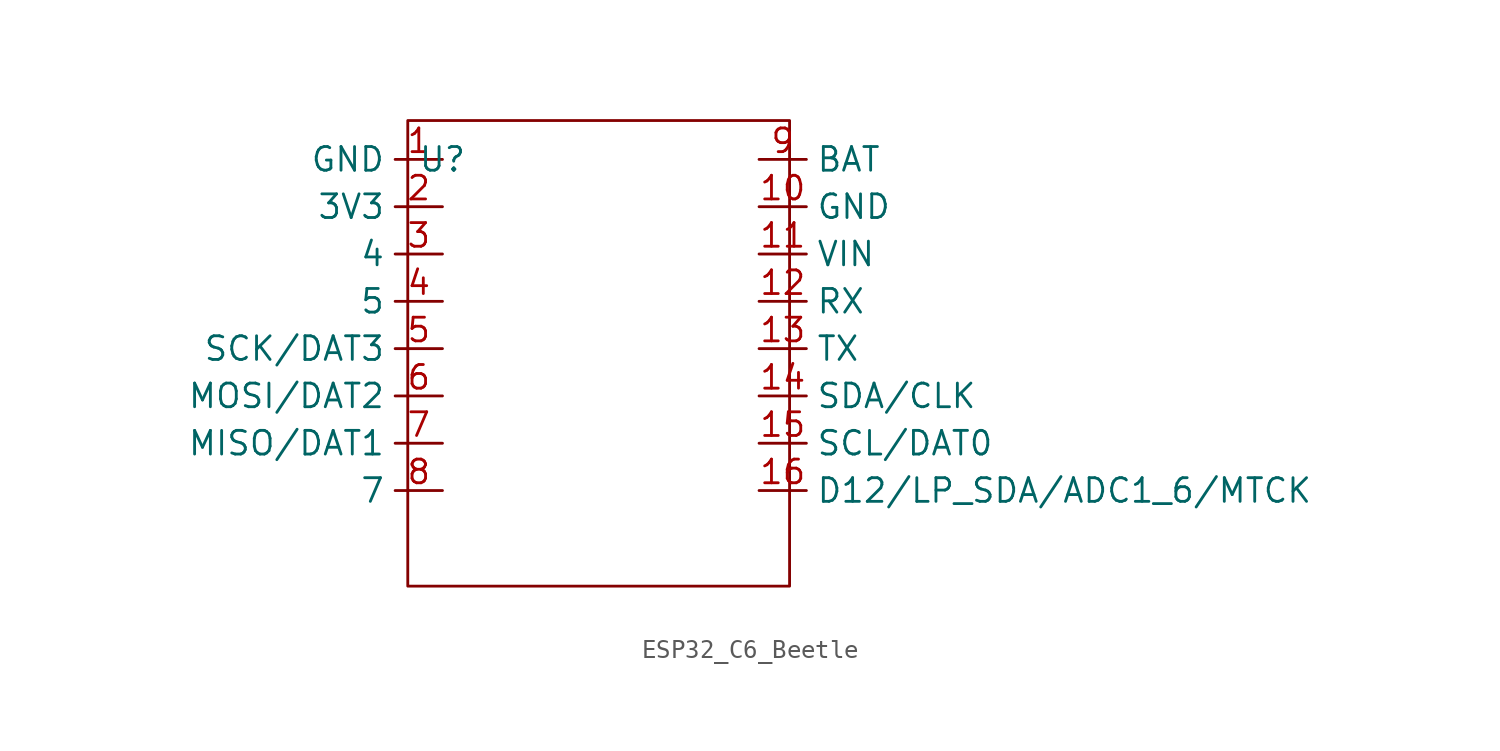
<source format=kicad_sym>
(kicad_symbol_lib
  (version 20231120)
  (generator "kicad_symbol_editor")
  (generator_version "8.0")
  (symbol "ESP32_C6_Beetle"
    (property "Reference" "U"
      (at 1.862 -2.087 0)
      (effects (font (size 1.27 1.27))))
    (property "Value" ""
      (at 1.862 -2.087 0)
      (effects (font (size 1.27 1.27))))
    (symbol "ESP32_C6_Beetle_0_1"
      (rectangle (start 0 0) (end 20.5 -25) (stroke (width 0) (type default)) (fill (type none))))
    (symbol "ESP32_C6_Beetle_1_1"
      (pin input line (at 1.862 -2.087 180) (length 2.54) (name "GND" (effects (font (size 1.27 1.27)))) (number "1" (effects (font (size 1.27 1.27)))))
      (pin input line (at 18.862 -4.627 0) (length 2.54) (name "GND" (effects (font (size 1.27 1.27)))) (number "10" (effects (font (size 1.27 1.27)))))
      (pin input line (at 18.862 -7.167 0) (length 2.54) (name "VIN" (effects (font (size 1.27 1.27)))) (number "11" (effects (font (size 1.27 1.27)))))
      (pin input line (at 18.862 -9.707 0) (length 2.54) (name "RX" (effects (font (size 1.27 1.27)))) (number "12" (effects (font (size 1.27 1.27)))))
      (pin input line (at 18.862 -12.247 0) (length 2.54) (name "TX" (effects (font (size 1.27 1.27)))) (number "13" (effects (font (size 1.27 1.27)))))
      (pin input line (at 18.862 -14.787 0) (length 2.54) (name "SDA/CLK" (effects (font (size 1.27 1.27)))) (number "14" (effects (font (size 1.27 1.27)))))
      (pin input line (at 18.862 -17.327 0) (length 2.54) (name "SCL/DAT0" (effects (font (size 1.27 1.27)))) (number "15" (effects (font (size 1.27 1.27)))))
      (pin input line (at 18.862 -19.867 0) (length 2.54) (name "D12/LP_SDA/ADC1_6/MTCK" (effects (font (size 1.27 1.27)))) (number "16" (effects (font (size 1.27 1.27)))))
      (pin input line (at 1.862 -4.627 180) (length 2.54) (name "3V3" (effects (font (size 1.27 1.27)))) (number "2" (effects (font (size 1.27 1.27)))))
      (pin input line (at 1.862 -7.167 180) (length 2.54) (name "4" (effects (font (size 1.27 1.27)))) (number "3" (effects (font (size 1.27 1.27)))))
      (pin input line (at 1.862 -9.707 180) (length 2.54) (name "5" (effects (font (size 1.27 1.27)))) (number "4" (effects (font (size 1.27 1.27)))))
      (pin input line (at 1.862 -12.247 180) (length 2.54) (name "SCK/DAT3" (effects (font (size 1.27 1.27)))) (number "5" (effects (font (size 1.27 1.27)))))
      (pin input line (at 1.862 -14.787 180) (length 2.54) (name "MOSI/DAT2" (effects (font (size 1.27 1.27)))) (number "6" (effects (font (size 1.27 1.27)))))
      (pin input line (at 1.862 -17.327 180) (length 2.54) (name "MISO/DAT1" (effects (font (size 1.27 1.27)))) (number "7" (effects (font (size 1.27 1.27)))))
      (pin input line (at 1.862 -19.867 180) (length 2.54) (name "7" (effects (font (size 1.27 1.27)))) (number "8" (effects (font (size 1.27 1.27)))))
      (pin input line (at 18.862 -2.087 0) (length 2.54) (name "BAT" (effects (font (size 1.27 1.27)))) (number "9" (effects (font (size 1.27 1.27))))))))
</source>
